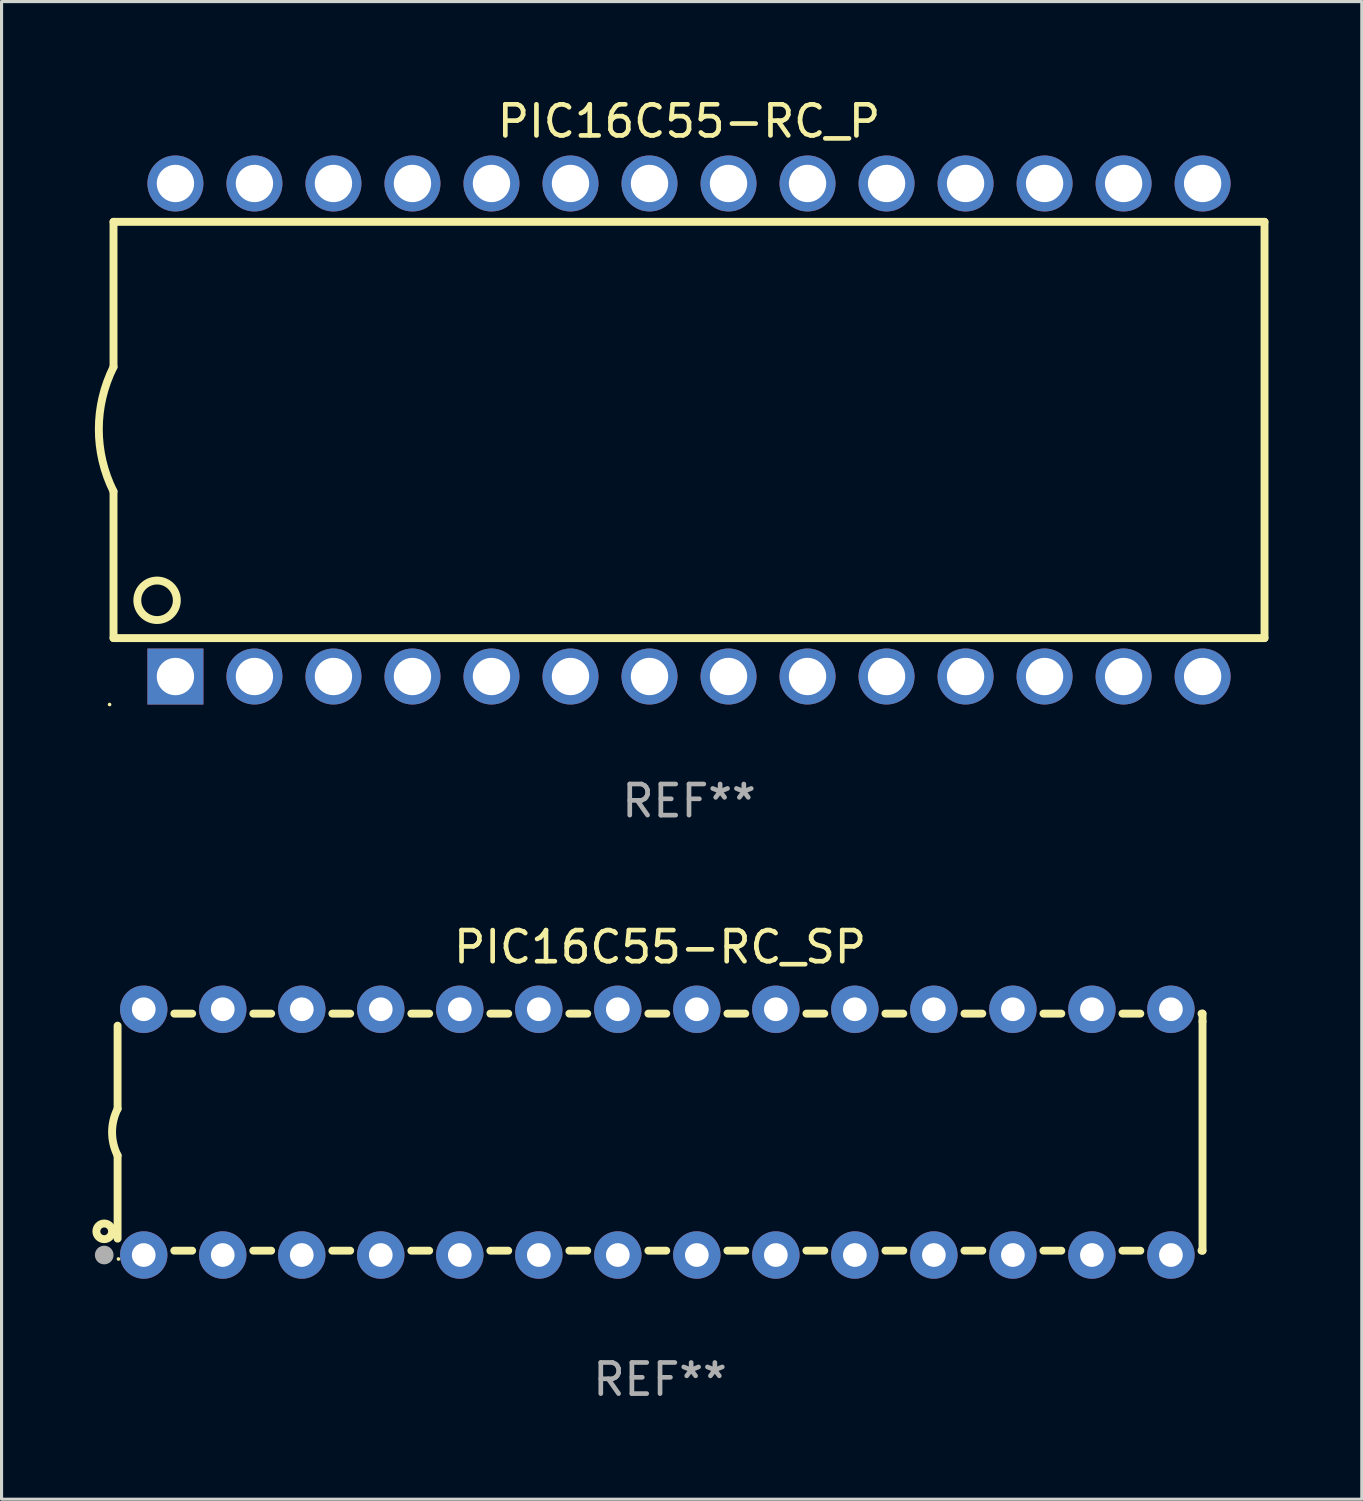
<source format=kicad_pcb>
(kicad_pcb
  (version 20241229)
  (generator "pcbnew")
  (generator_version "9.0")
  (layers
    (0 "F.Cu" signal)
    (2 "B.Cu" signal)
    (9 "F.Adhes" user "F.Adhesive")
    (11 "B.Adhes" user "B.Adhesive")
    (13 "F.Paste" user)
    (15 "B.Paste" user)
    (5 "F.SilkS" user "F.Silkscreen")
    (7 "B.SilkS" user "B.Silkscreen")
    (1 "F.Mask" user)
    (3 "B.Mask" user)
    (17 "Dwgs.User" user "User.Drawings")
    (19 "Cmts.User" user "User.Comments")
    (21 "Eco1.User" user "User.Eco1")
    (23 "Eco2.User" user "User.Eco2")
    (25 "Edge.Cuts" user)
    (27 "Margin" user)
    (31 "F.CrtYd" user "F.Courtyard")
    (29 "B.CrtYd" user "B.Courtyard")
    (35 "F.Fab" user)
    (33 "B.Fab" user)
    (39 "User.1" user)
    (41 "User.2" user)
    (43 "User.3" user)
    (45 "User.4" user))
  (footprint "PIC16C55-RC_P"
    (layer "F.Cu")
    (at 19.099 10.773)
    (property "Reference" "PIC16C55-RC_P" (at 0 -9.925 0) (layer "F.SilkS") (effects (font (size 1 1) (thickness 0.15))))
    (attr through_hole)
    (fp_line (start -18.5 -6.692) (end -18.5 -2.026) (stroke (width 0.254) (type solid)) (layer "F.SilkS"))
    (fp_line (start -18.5 6.689) (end -18.5 1.974) (stroke (width 0.254) (type solid)) (layer "F.SilkS"))
    (fp_line (start -18.5 6.689) (end 18.5 6.689) (stroke (width 0.254) (type solid)) (layer "F.SilkS"))
    (fp_line (start 18.5 -6.692) (end -18.5 -6.692) (stroke (width 0.254) (type solid)) (layer "F.SilkS"))
    (fp_line (start 18.5 6.689) (end 18.5 -6.692) (stroke (width 0.254) (type solid)) (layer "F.SilkS"))
    (fp_arc (start -18.500051 1.974346) (mid -18.972187 -0.025654) (end -18.500051 -2.025654) (stroke (width 0.254001) (type solid)) (layer "F.SilkS"))
    (fp_circle (center -18.627 8.824) (end -18.597 8.824) (stroke (width 0.06) (type solid)) (fill no) (layer "F.SilkS"))
    (fp_circle (center -17.1 5.474) (end -16.465 5.474) (stroke (width 0.254) (type solid)) (fill no) (layer "F.SilkS"))
    (fp_text user "REF**" (at 0 11.925 0) (layer "F.Fab") (effects (font (size 1 1) (thickness 0.15))))
    (pad "1" thru_hole rect (at -16.51 7.925) (size 1.8 1.8) (drill 1.2) (layers "*.Cu" "*.Mask"))
    (pad "2" thru_hole circle (at -13.97 7.924) (size 1.8 1.8) (drill 1.2) (layers "*.Cu" "*.Mask"))
    (pad "3" thru_hole circle (at -11.43 7.924) (size 1.8 1.8) (drill 1.2) (layers "*.Cu" "*.Mask"))
    (pad "4" thru_hole circle (at -8.89 7.924) (size 1.8 1.8) (drill 1.2) (layers "*.Cu" "*.Mask"))
    (pad "5" thru_hole circle (at -6.35 7.924) (size 1.8 1.8) (drill 1.2) (layers "*.Cu" "*.Mask"))
    (pad "6" thru_hole circle (at -3.81 7.924) (size 1.8 1.8) (drill 1.2) (layers "*.Cu" "*.Mask"))
    (pad "7" thru_hole circle (at -1.27 7.924) (size 1.8 1.8) (drill 1.2) (layers "*.Cu" "*.Mask"))
    (pad "8" thru_hole circle (at 1.27 7.924) (size 1.8 1.8) (drill 1.2) (layers "*.Cu" "*.Mask"))
    (pad "9" thru_hole circle (at 3.81 7.924) (size 1.8 1.8) (drill 1.2) (layers "*.Cu" "*.Mask"))
    (pad "10" thru_hole circle (at 6.35 7.924) (size 1.8 1.8) (drill 1.2) (layers "*.Cu" "*.Mask"))
    (pad "11" thru_hole circle (at 8.89 7.924) (size 1.8 1.8) (drill 1.2) (layers "*.Cu" "*.Mask"))
    (pad "12" thru_hole circle (at 11.43 7.924) (size 1.8 1.8) (drill 1.2) (layers "*.Cu" "*.Mask"))
    (pad "13" thru_hole circle (at 13.97 7.924) (size 1.8 1.8) (drill 1.2) (layers "*.Cu" "*.Mask"))
    (pad "14" thru_hole circle (at 16.51 7.924) (size 1.8 1.8) (drill 1.2) (layers "*.Cu" "*.Mask"))
    (pad "15" thru_hole circle (at 16.51 -7.925) (size 1.8 1.8) (drill 1.2) (layers "*.Cu" "*.Mask"))
    (pad "16" thru_hole circle (at 13.97 -7.925) (size 1.8 1.8) (drill 1.2) (layers "*.Cu" "*.Mask"))
    (pad "17" thru_hole circle (at 11.43 -7.925) (size 1.8 1.8) (drill 1.2) (layers "*.Cu" "*.Mask"))
    (pad "18" thru_hole circle (at 8.89 -7.925) (size 1.8 1.8) (drill 1.2) (layers "*.Cu" "*.Mask"))
    (pad "19" thru_hole circle (at 6.35 -7.925) (size 1.8 1.8) (drill 1.2) (layers "*.Cu" "*.Mask"))
    (pad "20" thru_hole circle (at 3.81 -7.925) (size 1.8 1.8) (drill 1.2) (layers "*.Cu" "*.Mask"))
    (pad "21" thru_hole circle (at 1.27 -7.925) (size 1.8 1.8) (drill 1.2) (layers "*.Cu" "*.Mask"))
    (pad "22" thru_hole circle (at -1.27 -7.925) (size 1.8 1.8) (drill 1.2) (layers "*.Cu" "*.Mask"))
    (pad "23" thru_hole circle (at -3.81 -7.925) (size 1.8 1.8) (drill 1.2) (layers "*.Cu" "*.Mask"))
    (pad "24" thru_hole circle (at -6.35 -7.925) (size 1.8 1.8) (drill 1.2) (layers "*.Cu" "*.Mask"))
    (pad "25" thru_hole circle (at -8.89 -7.925) (size 1.8 1.8) (drill 1.2) (layers "*.Cu" "*.Mask"))
    (pad "26" thru_hole circle (at -11.43 -7.925) (size 1.8 1.8) (drill 1.2) (layers "*.Cu" "*.Mask"))
    (pad "27" thru_hole circle (at -13.97 -7.925) (size 1.8 1.8) (drill 1.2) (layers "*.Cu" "*.Mask"))
    (pad "28" thru_hole circle (at -16.51 -7.925) (size 1.8 1.8) (drill 1.2) (layers "*.Cu" "*.Mask")))
  (footprint "PIC16C55-RC_SP"
    (layer "F.Cu")
    (at 18.168 33.344)
    (property "Reference" "PIC16C55-RC_SP" (at 0 -5.95 0) (layer "F.SilkS") (effects (font (size 1 1) (thickness 0.15))))
    (attr through_hole)
    (fp_line (start -17.438 0.75) (end -17.438 3.423) (stroke (width 0.254) (type solid)) (layer "F.SilkS"))
    (fp_line (start -17.438 -3.423) (end -17.438 -0.75) (stroke (width 0.254) (type solid)) (layer "F.SilkS"))
    (fp_line (start -15.615 3.81) (end -15.041 3.81) (stroke (width 0.254) (type solid)) (layer "F.SilkS"))
    (fp_line (start -15.041 -3.81) (end -15.614 -3.81) (stroke (width 0.254) (type solid)) (layer "F.SilkS"))
    (fp_line (start -13.075 3.81) (end -12.501 3.81) (stroke (width 0.254) (type solid)) (layer "F.SilkS"))
    (fp_line (start -12.501 -3.81) (end -13.074 -3.81) (stroke (width 0.254) (type solid)) (layer "F.SilkS"))
    (fp_line (start -10.535 3.81) (end -9.961 3.81) (stroke (width 0.254) (type solid)) (layer "F.SilkS"))
    (fp_line (start -9.961 -3.81) (end -10.534 -3.81) (stroke (width 0.254) (type solid)) (layer "F.SilkS"))
    (fp_line (start -7.995 3.81) (end -7.421 3.81) (stroke (width 0.254) (type solid)) (layer "F.SilkS"))
    (fp_line (start -7.421 -3.81) (end -7.995 -3.81) (stroke (width 0.254) (type solid)) (layer "F.SilkS"))
    (fp_line (start -5.455 3.81) (end -4.881 3.81) (stroke (width 0.254) (type solid)) (layer "F.SilkS"))
    (fp_line (start -4.881 -3.81) (end -5.455 -3.81) (stroke (width 0.254) (type solid)) (layer "F.SilkS"))
    (fp_line (start -2.915 3.81) (end -2.341 3.81) (stroke (width 0.254) (type solid)) (layer "F.SilkS"))
    (fp_line (start -2.341 -3.81) (end -2.915 -3.81) (stroke (width 0.254) (type solid)) (layer "F.SilkS"))
    (fp_line (start -0.375 3.81) (end 0.199 3.81) (stroke (width 0.254) (type solid)) (layer "F.SilkS"))
    (fp_line (start 0.199 -3.81) (end -0.375 -3.81) (stroke (width 0.254) (type solid)) (layer "F.SilkS"))
    (fp_line (start 2.165 3.81) (end 2.739 3.81) (stroke (width 0.254) (type solid)) (layer "F.SilkS"))
    (fp_line (start 2.739 -3.81) (end 2.165 -3.81) (stroke (width 0.254) (type solid)) (layer "F.SilkS"))
    (fp_line (start 4.705 3.81) (end 5.279 3.81) (stroke (width 0.254) (type solid)) (layer "F.SilkS"))
    (fp_line (start 5.279 -3.81) (end 4.705 -3.81) (stroke (width 0.254) (type solid)) (layer "F.SilkS"))
    (fp_line (start 7.245 3.81) (end 7.819 3.81) (stroke (width 0.254) (type solid)) (layer "F.SilkS"))
    (fp_line (start 7.819 -3.81) (end 7.245 -3.81) (stroke (width 0.254) (type solid)) (layer "F.SilkS"))
    (fp_line (start 9.785 3.81) (end 10.359 3.81) (stroke (width 0.254) (type solid)) (layer "F.SilkS"))
    (fp_line (start 10.359 -3.81) (end 9.785 -3.81) (stroke (width 0.254) (type solid)) (layer "F.SilkS"))
    (fp_line (start 12.325 3.81) (end 12.899 3.81) (stroke (width 0.254) (type solid)) (layer "F.SilkS"))
    (fp_line (start 12.899 -3.81) (end 12.325 -3.81) (stroke (width 0.254) (type solid)) (layer "F.SilkS"))
    (fp_line (start 14.865 3.81) (end 15.439 3.81) (stroke (width 0.254) (type solid)) (layer "F.SilkS"))
    (fp_line (start 15.439 -3.81) (end 14.865 -3.81) (stroke (width 0.254) (type solid)) (layer "F.SilkS"))
    (fp_line (start 17.405 3.81) (end 17.438 3.81) (stroke (width 0.254) (type solid)) (layer "F.SilkS"))
    (fp_line (start 17.438 -3.81) (end 17.405 -3.81) (stroke (width 0.254) (type solid)) (layer "F.SilkS"))
    (fp_line (start 17.438 -3.556) (end 17.438 -3.81) (stroke (width 0.254) (type solid)) (layer "F.SilkS"))
    (fp_line (start 17.438 3.81) (end 17.438 -3.556) (stroke (width 0.254) (type solid)) (layer "F.SilkS"))
    (fp_arc (start -17.437986 0.749657) (mid -17.614887 -0.000024) (end -17.437783 -0.749657) (stroke (width 0.254001) (type solid)) (layer "F.SilkS"))
    (fp_circle (center -17.868 3.188) (end -17.743 3.188) (stroke (width 0.254) (type solid)) (fill no) (layer "F.SilkS"))
    (fp_circle (center -17.411 4.077) (end -17.381 4.077) (stroke (width 0.06) (type solid)) (fill no) (layer "F.SilkS"))
    (fp_circle (center -17.868 3.95) (end -17.718 3.95) (stroke (width 0.3) (type solid)) (fill no) (layer "F.Fab"))
    (fp_text user "REF**" (at 0 7.95 0) (layer "F.Fab") (effects (font (size 1 1) (thickness 0.15))))
    (pad "1" thru_hole circle (at -16.598 3.95) (size 1.524 1.524) (drill 0.762) (layers "*.Cu" "*.Mask"))
    (pad "2" thru_hole circle (at -14.058 3.95) (size 1.524 1.524) (drill 0.762) (layers "*.Cu" "*.Mask"))
    (pad "3" thru_hole circle (at -11.518 3.95) (size 1.524 1.524) (drill 0.762) (layers "*.Cu" "*.Mask"))
    (pad "4" thru_hole circle (at -8.978 3.95) (size 1.524 1.524) (drill 0.762) (layers "*.Cu" "*.Mask"))
    (pad "5" thru_hole circle (at -6.438 3.95) (size 1.524 1.524) (drill 0.762) (layers "*.Cu" "*.Mask"))
    (pad "6" thru_hole circle (at -3.898 3.95) (size 1.524 1.524) (drill 0.762) (layers "*.Cu" "*.Mask"))
    (pad "7" thru_hole circle (at -1.358 3.95) (size 1.524 1.524) (drill 0.762) (layers "*.Cu" "*.Mask"))
    (pad "8" thru_hole circle (at 1.182 3.95) (size 1.524 1.524) (drill 0.762) (layers "*.Cu" "*.Mask"))
    (pad "9" thru_hole circle (at 3.722 3.95) (size 1.524 1.524) (drill 0.762) (layers "*.Cu" "*.Mask"))
    (pad "10" thru_hole circle (at 6.262 3.95) (size 1.524 1.524) (drill 0.762) (layers "*.Cu" "*.Mask"))
    (pad "11" thru_hole circle (at 8.802 3.95) (size 1.524 1.524) (drill 0.762) (layers "*.Cu" "*.Mask"))
    (pad "12" thru_hole circle (at 11.342 3.95) (size 1.524 1.524) (drill 0.762) (layers "*.Cu" "*.Mask"))
    (pad "13" thru_hole circle (at 13.882 3.95) (size 1.524 1.524) (drill 0.762) (layers "*.Cu" "*.Mask"))
    (pad "14" thru_hole circle (at 16.422 3.95) (size 1.524 1.524) (drill 0.762) (layers "*.Cu" "*.Mask"))
    (pad "15" thru_hole circle (at 16.422 -3.95) (size 1.524 1.524) (drill 0.762) (layers "*.Cu" "*.Mask"))
    (pad "16" thru_hole circle (at 13.882 -3.95) (size 1.524 1.524) (drill 0.762) (layers "*.Cu" "*.Mask"))
    (pad "17" thru_hole circle (at 11.342 -3.95) (size 1.524 1.524) (drill 0.762) (layers "*.Cu" "*.Mask"))
    (pad "18" thru_hole circle (at 8.802 -3.95) (size 1.524 1.524) (drill 0.762) (layers "*.Cu" "*.Mask"))
    (pad "19" thru_hole circle (at 6.262 -3.95) (size 1.524 1.524) (drill 0.762) (layers "*.Cu" "*.Mask"))
    (pad "20" thru_hole circle (at 3.722 -3.95) (size 1.524 1.524) (drill 0.762) (layers "*.Cu" "*.Mask"))
    (pad "21" thru_hole circle (at 1.182 -3.95) (size 1.524 1.524) (drill 0.762) (layers "*.Cu" "*.Mask"))
    (pad "22" thru_hole circle (at -1.358 -3.95) (size 1.524 1.524) (drill 0.762) (layers "*.Cu" "*.Mask"))
    (pad "23" thru_hole circle (at -3.898 -3.95) (size 1.524 1.524) (drill 0.762) (layers "*.Cu" "*.Mask"))
    (pad "24" thru_hole circle (at -6.438 -3.95) (size 1.524 1.524) (drill 0.762) (layers "*.Cu" "*.Mask"))
    (pad "25" thru_hole circle (at -8.978 -3.95) (size 1.524 1.524) (drill 0.762) (layers "*.Cu" "*.Mask"))
    (pad "26" thru_hole circle (at -11.517 -3.95) (size 1.524 1.524) (drill 0.762) (layers "*.Cu" "*.Mask"))
    (pad "27" thru_hole circle (at -14.057 -3.95) (size 1.524 1.524) (drill 0.762) (layers "*.Cu" "*.Mask"))
    (pad "28" thru_hole circle (at -16.597 -3.95) (size 1.524 1.524) (drill 0.762) (layers "*.Cu" "*.Mask")))
  (gr_rect
    (start -3 -3)
    (end 40.726 45.143)
    (stroke (width 0.1) (type default))
    (fill no)
    (layer "Edge.Cuts")))
</source>
